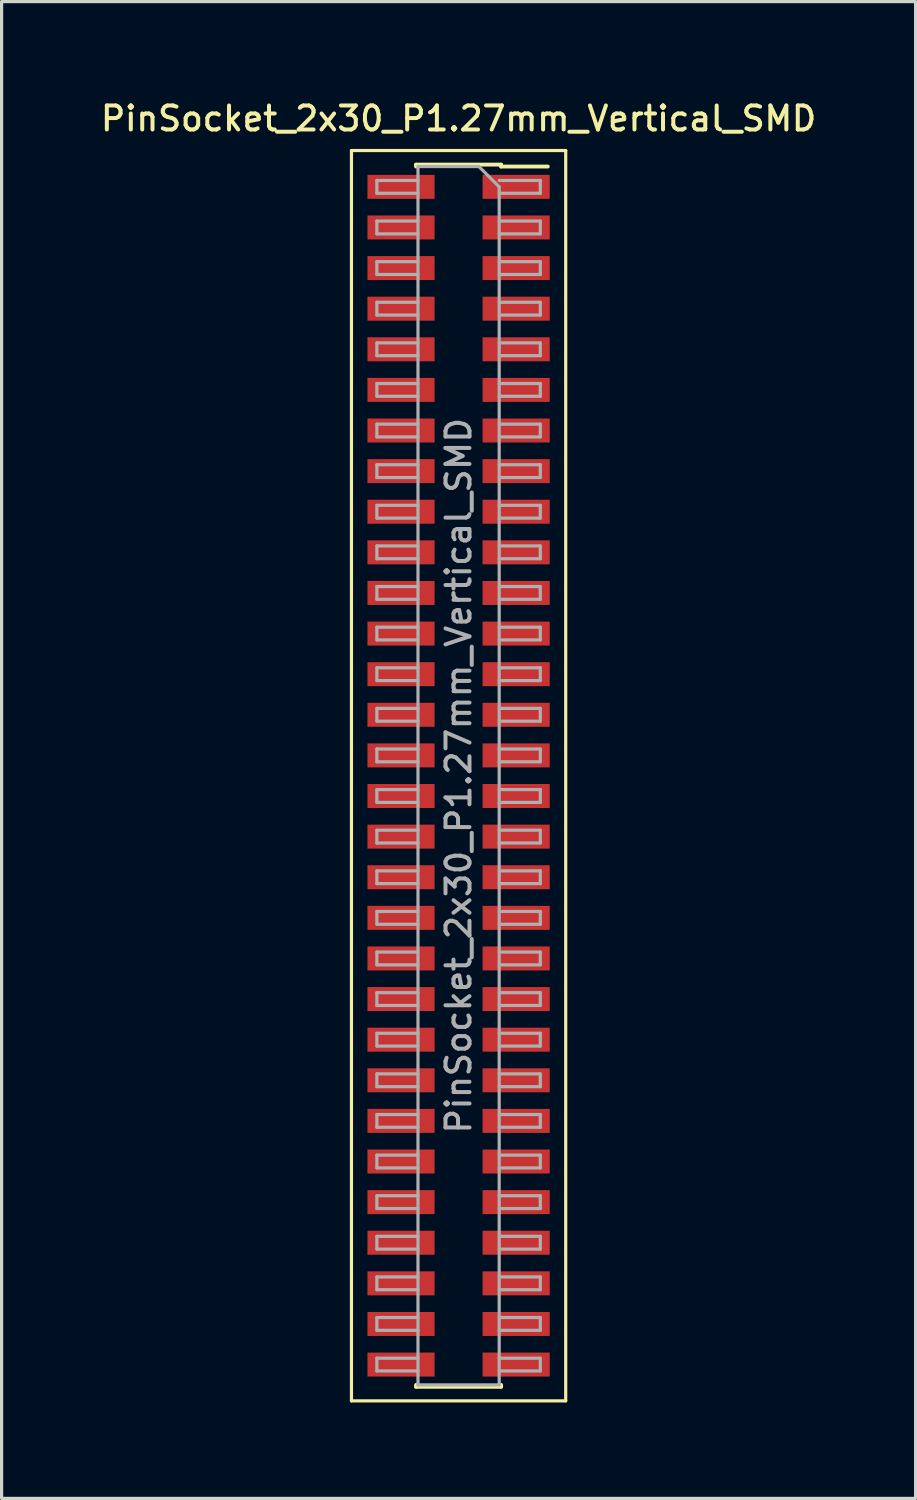
<source format=kicad_pcb>
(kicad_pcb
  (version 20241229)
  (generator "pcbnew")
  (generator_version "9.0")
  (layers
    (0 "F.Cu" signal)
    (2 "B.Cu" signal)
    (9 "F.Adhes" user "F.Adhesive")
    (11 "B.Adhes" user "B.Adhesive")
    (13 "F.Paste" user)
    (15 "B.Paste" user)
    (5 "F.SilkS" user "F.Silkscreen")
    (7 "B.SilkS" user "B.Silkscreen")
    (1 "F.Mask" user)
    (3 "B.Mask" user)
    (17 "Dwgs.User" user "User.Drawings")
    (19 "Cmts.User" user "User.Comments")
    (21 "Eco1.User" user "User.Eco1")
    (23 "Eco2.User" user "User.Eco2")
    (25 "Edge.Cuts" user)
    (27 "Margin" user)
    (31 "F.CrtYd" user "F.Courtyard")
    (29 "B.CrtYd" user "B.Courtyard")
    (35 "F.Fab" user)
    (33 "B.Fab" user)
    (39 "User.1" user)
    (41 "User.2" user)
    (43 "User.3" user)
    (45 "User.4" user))
  (footprint "PinSocket_2x30_P1.27mm_Vertical_SMD"
    (layer "F.Cu")
    (at 11.291 21.208)
    (property "Reference" "PinSocket_2x30_P1.27mm_Vertical_SMD" (at 0 -20.55 0) (layer "F.SilkS") (effects (font (size 0.75 0.75) (thickness 0.125))))
    (attr smd)
    (fp_line (start -3.35 -19.55) (end 3.35 -19.55) (stroke (width 0.1) (type solid)) (layer "F.SilkS"))
    (fp_line (start -3.35 19.55) (end -3.35 -19.55) (stroke (width 0.1) (type solid)) (layer "F.SilkS"))
    (fp_line (start -1.33 -19.11) (end -1.33 -19.05) (stroke (width 0.12) (type solid)) (layer "F.SilkS"))
    (fp_line (start -1.33 -19.11) (end 1.33 -19.11) (stroke (width 0.12) (type solid)) (layer "F.SilkS"))
    (fp_line (start -1.33 19.05) (end -1.33 19.11) (stroke (width 0.12) (type solid)) (layer "F.SilkS"))
    (fp_line (start -1.33 19.11) (end 1.33 19.11) (stroke (width 0.12) (type solid)) (layer "F.SilkS"))
    (fp_line (start 1.33 -19.11) (end 1.33 -19.05) (stroke (width 0.12) (type solid)) (layer "F.SilkS"))
    (fp_line (start 1.33 -19.05) (end 2.79 -19.05) (stroke (width 0.12) (type solid)) (layer "F.SilkS"))
    (fp_line (start 1.33 19.05) (end 1.33 19.11) (stroke (width 0.12) (type solid)) (layer "F.SilkS"))
    (fp_line (start 3.35 -19.55) (end 3.35 19.55) (stroke (width 0.1) (type solid)) (layer "F.SilkS"))
    (fp_line (start 3.35 19.55) (end -3.35 19.55) (stroke (width 0.1) (type solid)) (layer "F.SilkS"))
    (fp_line (start -2.555 -18.615) (end -1.27 -18.615) (stroke (width 0.1) (type solid)) (layer "F.Fab"))
    (fp_line (start -2.555 -18.215) (end -2.555 -18.615) (stroke (width 0.1) (type solid)) (layer "F.Fab"))
    (fp_line (start -2.555 -17.345) (end -1.27 -17.345) (stroke (width 0.1) (type solid)) (layer "F.Fab"))
    (fp_line (start -2.555 -16.945) (end -2.555 -17.345) (stroke (width 0.1) (type solid)) (layer "F.Fab"))
    (fp_line (start -2.555 -16.075) (end -1.27 -16.075) (stroke (width 0.1) (type solid)) (layer "F.Fab"))
    (fp_line (start -2.555 -15.675) (end -2.555 -16.075) (stroke (width 0.1) (type solid)) (layer "F.Fab"))
    (fp_line (start -2.555 -14.805) (end -1.27 -14.805) (stroke (width 0.1) (type solid)) (layer "F.Fab"))
    (fp_line (start -2.555 -14.405) (end -2.555 -14.805) (stroke (width 0.1) (type solid)) (layer "F.Fab"))
    (fp_line (start -2.555 -13.535) (end -1.27 -13.535) (stroke (width 0.1) (type solid)) (layer "F.Fab"))
    (fp_line (start -2.555 -13.135) (end -2.555 -13.535) (stroke (width 0.1) (type solid)) (layer "F.Fab"))
    (fp_line (start -2.555 -12.265) (end -1.27 -12.265) (stroke (width 0.1) (type solid)) (layer "F.Fab"))
    (fp_line (start -2.555 -11.865) (end -2.555 -12.265) (stroke (width 0.1) (type solid)) (layer "F.Fab"))
    (fp_line (start -2.555 -10.995) (end -1.27 -10.995) (stroke (width 0.1) (type solid)) (layer "F.Fab"))
    (fp_line (start -2.555 -10.595) (end -2.555 -10.995) (stroke (width 0.1) (type solid)) (layer "F.Fab"))
    (fp_line (start -2.555 -9.725) (end -1.27 -9.725) (stroke (width 0.1) (type solid)) (layer "F.Fab"))
    (fp_line (start -2.555 -9.325) (end -2.555 -9.725) (stroke (width 0.1) (type solid)) (layer "F.Fab"))
    (fp_line (start -2.555 -8.455) (end -1.27 -8.455) (stroke (width 0.1) (type solid)) (layer "F.Fab"))
    (fp_line (start -2.555 -8.055) (end -2.555 -8.455) (stroke (width 0.1) (type solid)) (layer "F.Fab"))
    (fp_line (start -2.555 -7.185) (end -1.27 -7.185) (stroke (width 0.1) (type solid)) (layer "F.Fab"))
    (fp_line (start -2.555 -6.785) (end -2.555 -7.185) (stroke (width 0.1) (type solid)) (layer "F.Fab"))
    (fp_line (start -2.555 -5.915) (end -1.27 -5.915) (stroke (width 0.1) (type solid)) (layer "F.Fab"))
    (fp_line (start -2.555 -5.515) (end -2.555 -5.915) (stroke (width 0.1) (type solid)) (layer "F.Fab"))
    (fp_line (start -2.555 -4.645) (end -1.27 -4.645) (stroke (width 0.1) (type solid)) (layer "F.Fab"))
    (fp_line (start -2.555 -4.245) (end -2.555 -4.645) (stroke (width 0.1) (type solid)) (layer "F.Fab"))
    (fp_line (start -2.555 -3.375) (end -1.27 -3.375) (stroke (width 0.1) (type solid)) (layer "F.Fab"))
    (fp_line (start -2.555 -2.975) (end -2.555 -3.375) (stroke (width 0.1) (type solid)) (layer "F.Fab"))
    (fp_line (start -2.555 -2.105) (end -1.27 -2.105) (stroke (width 0.1) (type solid)) (layer "F.Fab"))
    (fp_line (start -2.555 -1.705) (end -2.555 -2.105) (stroke (width 0.1) (type solid)) (layer "F.Fab"))
    (fp_line (start -2.555 -0.835) (end -1.27 -0.835) (stroke (width 0.1) (type solid)) (layer "F.Fab"))
    (fp_line (start -2.555 -0.435) (end -2.555 -0.835) (stroke (width 0.1) (type solid)) (layer "F.Fab"))
    (fp_line (start -2.555 0.435) (end -1.27 0.435) (stroke (width 0.1) (type solid)) (layer "F.Fab"))
    (fp_line (start -2.555 0.835) (end -2.555 0.435) (stroke (width 0.1) (type solid)) (layer "F.Fab"))
    (fp_line (start -2.555 1.705) (end -1.27 1.705) (stroke (width 0.1) (type solid)) (layer "F.Fab"))
    (fp_line (start -2.555 2.105) (end -2.555 1.705) (stroke (width 0.1) (type solid)) (layer "F.Fab"))
    (fp_line (start -2.555 2.975) (end -1.27 2.975) (stroke (width 0.1) (type solid)) (layer "F.Fab"))
    (fp_line (start -2.555 3.375) (end -2.555 2.975) (stroke (width 0.1) (type solid)) (layer "F.Fab"))
    (fp_line (start -2.555 4.245) (end -1.27 4.245) (stroke (width 0.1) (type solid)) (layer "F.Fab"))
    (fp_line (start -2.555 4.645) (end -2.555 4.245) (stroke (width 0.1) (type solid)) (layer "F.Fab"))
    (fp_line (start -2.555 5.515) (end -1.27 5.515) (stroke (width 0.1) (type solid)) (layer "F.Fab"))
    (fp_line (start -2.555 5.915) (end -2.555 5.515) (stroke (width 0.1) (type solid)) (layer "F.Fab"))
    (fp_line (start -2.555 6.785) (end -1.27 6.785) (stroke (width 0.1) (type solid)) (layer "F.Fab"))
    (fp_line (start -2.555 7.185) (end -2.555 6.785) (stroke (width 0.1) (type solid)) (layer "F.Fab"))
    (fp_line (start -2.555 8.055) (end -1.27 8.055) (stroke (width 0.1) (type solid)) (layer "F.Fab"))
    (fp_line (start -2.555 8.455) (end -2.555 8.055) (stroke (width 0.1) (type solid)) (layer "F.Fab"))
    (fp_line (start -2.555 9.325) (end -1.27 9.325) (stroke (width 0.1) (type solid)) (layer "F.Fab"))
    (fp_line (start -2.555 9.725) (end -2.555 9.325) (stroke (width 0.1) (type solid)) (layer "F.Fab"))
    (fp_line (start -2.555 10.595) (end -1.27 10.595) (stroke (width 0.1) (type solid)) (layer "F.Fab"))
    (fp_line (start -2.555 10.995) (end -2.555 10.595) (stroke (width 0.1) (type solid)) (layer "F.Fab"))
    (fp_line (start -2.555 11.865) (end -1.27 11.865) (stroke (width 0.1) (type solid)) (layer "F.Fab"))
    (fp_line (start -2.555 12.265) (end -2.555 11.865) (stroke (width 0.1) (type solid)) (layer "F.Fab"))
    (fp_line (start -2.555 13.135) (end -1.27 13.135) (stroke (width 0.1) (type solid)) (layer "F.Fab"))
    (fp_line (start -2.555 13.535) (end -2.555 13.135) (stroke (width 0.1) (type solid)) (layer "F.Fab"))
    (fp_line (start -2.555 14.405) (end -1.27 14.405) (stroke (width 0.1) (type solid)) (layer "F.Fab"))
    (fp_line (start -2.555 14.805) (end -2.555 14.405) (stroke (width 0.1) (type solid)) (layer "F.Fab"))
    (fp_line (start -2.555 15.675) (end -1.27 15.675) (stroke (width 0.1) (type solid)) (layer "F.Fab"))
    (fp_line (start -2.555 16.075) (end -2.555 15.675) (stroke (width 0.1) (type solid)) (layer "F.Fab"))
    (fp_line (start -2.555 16.945) (end -1.27 16.945) (stroke (width 0.1) (type solid)) (layer "F.Fab"))
    (fp_line (start -2.555 17.345) (end -2.555 16.945) (stroke (width 0.1) (type solid)) (layer "F.Fab"))
    (fp_line (start -2.555 18.215) (end -1.27 18.215) (stroke (width 0.1) (type solid)) (layer "F.Fab"))
    (fp_line (start -2.555 18.615) (end -2.555 18.215) (stroke (width 0.1) (type solid)) (layer "F.Fab"))
    (fp_line (start -1.27 -19.05) (end 0.635 -19.05) (stroke (width 0.1) (type solid)) (layer "F.Fab"))
    (fp_line (start -1.27 -18.215) (end -2.555 -18.215) (stroke (width 0.1) (type solid)) (layer "F.Fab"))
    (fp_line (start -1.27 -16.945) (end -2.555 -16.945) (stroke (width 0.1) (type solid)) (layer "F.Fab"))
    (fp_line (start -1.27 -15.675) (end -2.555 -15.675) (stroke (width 0.1) (type solid)) (layer "F.Fab"))
    (fp_line (start -1.27 -14.405) (end -2.555 -14.405) (stroke (width 0.1) (type solid)) (layer "F.Fab"))
    (fp_line (start -1.27 -13.135) (end -2.555 -13.135) (stroke (width 0.1) (type solid)) (layer "F.Fab"))
    (fp_line (start -1.27 -11.865) (end -2.555 -11.865) (stroke (width 0.1) (type solid)) (layer "F.Fab"))
    (fp_line (start -1.27 -10.595) (end -2.555 -10.595) (stroke (width 0.1) (type solid)) (layer "F.Fab"))
    (fp_line (start -1.27 -9.325) (end -2.555 -9.325) (stroke (width 0.1) (type solid)) (layer "F.Fab"))
    (fp_line (start -1.27 -8.055) (end -2.555 -8.055) (stroke (width 0.1) (type solid)) (layer "F.Fab"))
    (fp_line (start -1.27 -6.785) (end -2.555 -6.785) (stroke (width 0.1) (type solid)) (layer "F.Fab"))
    (fp_line (start -1.27 -5.515) (end -2.555 -5.515) (stroke (width 0.1) (type solid)) (layer "F.Fab"))
    (fp_line (start -1.27 -4.245) (end -2.555 -4.245) (stroke (width 0.1) (type solid)) (layer "F.Fab"))
    (fp_line (start -1.27 -2.975) (end -2.555 -2.975) (stroke (width 0.1) (type solid)) (layer "F.Fab"))
    (fp_line (start -1.27 -1.705) (end -2.555 -1.705) (stroke (width 0.1) (type solid)) (layer "F.Fab"))
    (fp_line (start -1.27 -0.435) (end -2.555 -0.435) (stroke (width 0.1) (type solid)) (layer "F.Fab"))
    (fp_line (start -1.27 0.835) (end -2.555 0.835) (stroke (width 0.1) (type solid)) (layer "F.Fab"))
    (fp_line (start -1.27 2.105) (end -2.555 2.105) (stroke (width 0.1) (type solid)) (layer "F.Fab"))
    (fp_line (start -1.27 3.375) (end -2.555 3.375) (stroke (width 0.1) (type solid)) (layer "F.Fab"))
    (fp_line (start -1.27 4.645) (end -2.555 4.645) (stroke (width 0.1) (type solid)) (layer "F.Fab"))
    (fp_line (start -1.27 5.915) (end -2.555 5.915) (stroke (width 0.1) (type solid)) (layer "F.Fab"))
    (fp_line (start -1.27 7.185) (end -2.555 7.185) (stroke (width 0.1) (type solid)) (layer "F.Fab"))
    (fp_line (start -1.27 8.455) (end -2.555 8.455) (stroke (width 0.1) (type solid)) (layer "F.Fab"))
    (fp_line (start -1.27 9.725) (end -2.555 9.725) (stroke (width 0.1) (type solid)) (layer "F.Fab"))
    (fp_line (start -1.27 10.995) (end -2.555 10.995) (stroke (width 0.1) (type solid)) (layer "F.Fab"))
    (fp_line (start -1.27 12.265) (end -2.555 12.265) (stroke (width 0.1) (type solid)) (layer "F.Fab"))
    (fp_line (start -1.27 13.535) (end -2.555 13.535) (stroke (width 0.1) (type solid)) (layer "F.Fab"))
    (fp_line (start -1.27 14.805) (end -2.555 14.805) (stroke (width 0.1) (type solid)) (layer "F.Fab"))
    (fp_line (start -1.27 16.075) (end -2.555 16.075) (stroke (width 0.1) (type solid)) (layer "F.Fab"))
    (fp_line (start -1.27 17.345) (end -2.555 17.345) (stroke (width 0.1) (type solid)) (layer "F.Fab"))
    (fp_line (start -1.27 18.615) (end -2.555 18.615) (stroke (width 0.1) (type solid)) (layer "F.Fab"))
    (fp_line (start -1.27 19.05) (end -1.27 -19.05) (stroke (width 0.1) (type solid)) (layer "F.Fab"))
    (fp_line (start 0.635 -19.05) (end 1.27 -18.415) (stroke (width 0.1) (type solid)) (layer "F.Fab"))
    (fp_line (start 1.27 -18.615) (end 2.555 -18.615) (stroke (width 0.1) (type solid)) (layer "F.Fab"))
    (fp_line (start 1.27 -18.415) (end 1.27 19.05) (stroke (width 0.1) (type solid)) (layer "F.Fab"))
    (fp_line (start 1.27 -17.345) (end 2.555 -17.345) (stroke (width 0.1) (type solid)) (layer "F.Fab"))
    (fp_line (start 1.27 -16.075) (end 2.555 -16.075) (stroke (width 0.1) (type solid)) (layer "F.Fab"))
    (fp_line (start 1.27 -14.805) (end 2.555 -14.805) (stroke (width 0.1) (type solid)) (layer "F.Fab"))
    (fp_line (start 1.27 -13.535) (end 2.555 -13.535) (stroke (width 0.1) (type solid)) (layer "F.Fab"))
    (fp_line (start 1.27 -12.265) (end 2.555 -12.265) (stroke (width 0.1) (type solid)) (layer "F.Fab"))
    (fp_line (start 1.27 -10.995) (end 2.555 -10.995) (stroke (width 0.1) (type solid)) (layer "F.Fab"))
    (fp_line (start 1.27 -9.725) (end 2.555 -9.725) (stroke (width 0.1) (type solid)) (layer "F.Fab"))
    (fp_line (start 1.27 -8.455) (end 2.555 -8.455) (stroke (width 0.1) (type solid)) (layer "F.Fab"))
    (fp_line (start 1.27 -7.185) (end 2.555 -7.185) (stroke (width 0.1) (type solid)) (layer "F.Fab"))
    (fp_line (start 1.27 -5.915) (end 2.555 -5.915) (stroke (width 0.1) (type solid)) (layer "F.Fab"))
    (fp_line (start 1.27 -4.645) (end 2.555 -4.645) (stroke (width 0.1) (type solid)) (layer "F.Fab"))
    (fp_line (start 1.27 -3.375) (end 2.555 -3.375) (stroke (width 0.1) (type solid)) (layer "F.Fab"))
    (fp_line (start 1.27 -2.105) (end 2.555 -2.105) (stroke (width 0.1) (type solid)) (layer "F.Fab"))
    (fp_line (start 1.27 -0.835) (end 2.555 -0.835) (stroke (width 0.1) (type solid)) (layer "F.Fab"))
    (fp_line (start 1.27 0.435) (end 2.555 0.435) (stroke (width 0.1) (type solid)) (layer "F.Fab"))
    (fp_line (start 1.27 1.705) (end 2.555 1.705) (stroke (width 0.1) (type solid)) (layer "F.Fab"))
    (fp_line (start 1.27 2.975) (end 2.555 2.975) (stroke (width 0.1) (type solid)) (layer "F.Fab"))
    (fp_line (start 1.27 4.245) (end 2.555 4.245) (stroke (width 0.1) (type solid)) (layer "F.Fab"))
    (fp_line (start 1.27 5.515) (end 2.555 5.515) (stroke (width 0.1) (type solid)) (layer "F.Fab"))
    (fp_line (start 1.27 6.785) (end 2.555 6.785) (stroke (width 0.1) (type solid)) (layer "F.Fab"))
    (fp_line (start 1.27 8.055) (end 2.555 8.055) (stroke (width 0.1) (type solid)) (layer "F.Fab"))
    (fp_line (start 1.27 9.325) (end 2.555 9.325) (stroke (width 0.1) (type solid)) (layer "F.Fab"))
    (fp_line (start 1.27 10.595) (end 2.555 10.595) (stroke (width 0.1) (type solid)) (layer "F.Fab"))
    (fp_line (start 1.27 11.865) (end 2.555 11.865) (stroke (width 0.1) (type solid)) (layer "F.Fab"))
    (fp_line (start 1.27 13.135) (end 2.555 13.135) (stroke (width 0.1) (type solid)) (layer "F.Fab"))
    (fp_line (start 1.27 14.405) (end 2.555 14.405) (stroke (width 0.1) (type solid)) (layer "F.Fab"))
    (fp_line (start 1.27 15.675) (end 2.555 15.675) (stroke (width 0.1) (type solid)) (layer "F.Fab"))
    (fp_line (start 1.27 16.945) (end 2.555 16.945) (stroke (width 0.1) (type solid)) (layer "F.Fab"))
    (fp_line (start 1.27 18.215) (end 2.555 18.215) (stroke (width 0.1) (type solid)) (layer "F.Fab"))
    (fp_line (start 1.27 19.05) (end -1.27 19.05) (stroke (width 0.1) (type solid)) (layer "F.Fab"))
    (fp_line (start 2.555 -18.615) (end 2.555 -18.215) (stroke (width 0.1) (type solid)) (layer "F.Fab"))
    (fp_line (start 2.555 -18.215) (end 1.27 -18.215) (stroke (width 0.1) (type solid)) (layer "F.Fab"))
    (fp_line (start 2.555 -17.345) (end 2.555 -16.945) (stroke (width 0.1) (type solid)) (layer "F.Fab"))
    (fp_line (start 2.555 -16.945) (end 1.27 -16.945) (stroke (width 0.1) (type solid)) (layer "F.Fab"))
    (fp_line (start 2.555 -16.075) (end 2.555 -15.675) (stroke (width 0.1) (type solid)) (layer "F.Fab"))
    (fp_line (start 2.555 -15.675) (end 1.27 -15.675) (stroke (width 0.1) (type solid)) (layer "F.Fab"))
    (fp_line (start 2.555 -14.805) (end 2.555 -14.405) (stroke (width 0.1) (type solid)) (layer "F.Fab"))
    (fp_line (start 2.555 -14.405) (end 1.27 -14.405) (stroke (width 0.1) (type solid)) (layer "F.Fab"))
    (fp_line (start 2.555 -13.535) (end 2.555 -13.135) (stroke (width 0.1) (type solid)) (layer "F.Fab"))
    (fp_line (start 2.555 -13.135) (end 1.27 -13.135) (stroke (width 0.1) (type solid)) (layer "F.Fab"))
    (fp_line (start 2.555 -12.265) (end 2.555 -11.865) (stroke (width 0.1) (type solid)) (layer "F.Fab"))
    (fp_line (start 2.555 -11.865) (end 1.27 -11.865) (stroke (width 0.1) (type solid)) (layer "F.Fab"))
    (fp_line (start 2.555 -10.995) (end 2.555 -10.595) (stroke (width 0.1) (type solid)) (layer "F.Fab"))
    (fp_line (start 2.555 -10.595) (end 1.27 -10.595) (stroke (width 0.1) (type solid)) (layer "F.Fab"))
    (fp_line (start 2.555 -9.725) (end 2.555 -9.325) (stroke (width 0.1) (type solid)) (layer "F.Fab"))
    (fp_line (start 2.555 -9.325) (end 1.27 -9.325) (stroke (width 0.1) (type solid)) (layer "F.Fab"))
    (fp_line (start 2.555 -8.455) (end 2.555 -8.055) (stroke (width 0.1) (type solid)) (layer "F.Fab"))
    (fp_line (start 2.555 -8.055) (end 1.27 -8.055) (stroke (width 0.1) (type solid)) (layer "F.Fab"))
    (fp_line (start 2.555 -7.185) (end 2.555 -6.785) (stroke (width 0.1) (type solid)) (layer "F.Fab"))
    (fp_line (start 2.555 -6.785) (end 1.27 -6.785) (stroke (width 0.1) (type solid)) (layer "F.Fab"))
    (fp_line (start 2.555 -5.915) (end 2.555 -5.515) (stroke (width 0.1) (type solid)) (layer "F.Fab"))
    (fp_line (start 2.555 -5.515) (end 1.27 -5.515) (stroke (width 0.1) (type solid)) (layer "F.Fab"))
    (fp_line (start 2.555 -4.645) (end 2.555 -4.245) (stroke (width 0.1) (type solid)) (layer "F.Fab"))
    (fp_line (start 2.555 -4.245) (end 1.27 -4.245) (stroke (width 0.1) (type solid)) (layer "F.Fab"))
    (fp_line (start 2.555 -3.375) (end 2.555 -2.975) (stroke (width 0.1) (type solid)) (layer "F.Fab"))
    (fp_line (start 2.555 -2.975) (end 1.27 -2.975) (stroke (width 0.1) (type solid)) (layer "F.Fab"))
    (fp_line (start 2.555 -2.105) (end 2.555 -1.705) (stroke (width 0.1) (type solid)) (layer "F.Fab"))
    (fp_line (start 2.555 -1.705) (end 1.27 -1.705) (stroke (width 0.1) (type solid)) (layer "F.Fab"))
    (fp_line (start 2.555 -0.835) (end 2.555 -0.435) (stroke (width 0.1) (type solid)) (layer "F.Fab"))
    (fp_line (start 2.555 -0.435) (end 1.27 -0.435) (stroke (width 0.1) (type solid)) (layer "F.Fab"))
    (fp_line (start 2.555 0.435) (end 2.555 0.835) (stroke (width 0.1) (type solid)) (layer "F.Fab"))
    (fp_line (start 2.555 0.835) (end 1.27 0.835) (stroke (width 0.1) (type solid)) (layer "F.Fab"))
    (fp_line (start 2.555 1.705) (end 2.555 2.105) (stroke (width 0.1) (type solid)) (layer "F.Fab"))
    (fp_line (start 2.555 2.105) (end 1.27 2.105) (stroke (width 0.1) (type solid)) (layer "F.Fab"))
    (fp_line (start 2.555 2.975) (end 2.555 3.375) (stroke (width 0.1) (type solid)) (layer "F.Fab"))
    (fp_line (start 2.555 3.375) (end 1.27 3.375) (stroke (width 0.1) (type solid)) (layer "F.Fab"))
    (fp_line (start 2.555 4.245) (end 2.555 4.645) (stroke (width 0.1) (type solid)) (layer "F.Fab"))
    (fp_line (start 2.555 4.645) (end 1.27 4.645) (stroke (width 0.1) (type solid)) (layer "F.Fab"))
    (fp_line (start 2.555 5.515) (end 2.555 5.915) (stroke (width 0.1) (type solid)) (layer "F.Fab"))
    (fp_line (start 2.555 5.915) (end 1.27 5.915) (stroke (width 0.1) (type solid)) (layer "F.Fab"))
    (fp_line (start 2.555 6.785) (end 2.555 7.185) (stroke (width 0.1) (type solid)) (layer "F.Fab"))
    (fp_line (start 2.555 7.185) (end 1.27 7.185) (stroke (width 0.1) (type solid)) (layer "F.Fab"))
    (fp_line (start 2.555 8.055) (end 2.555 8.455) (stroke (width 0.1) (type solid)) (layer "F.Fab"))
    (fp_line (start 2.555 8.455) (end 1.27 8.455) (stroke (width 0.1) (type solid)) (layer "F.Fab"))
    (fp_line (start 2.555 9.325) (end 2.555 9.725) (stroke (width 0.1) (type solid)) (layer "F.Fab"))
    (fp_line (start 2.555 9.725) (end 1.27 9.725) (stroke (width 0.1) (type solid)) (layer "F.Fab"))
    (fp_line (start 2.555 10.595) (end 2.555 10.995) (stroke (width 0.1) (type solid)) (layer "F.Fab"))
    (fp_line (start 2.555 10.995) (end 1.27 10.995) (stroke (width 0.1) (type solid)) (layer "F.Fab"))
    (fp_line (start 2.555 11.865) (end 2.555 12.265) (stroke (width 0.1) (type solid)) (layer "F.Fab"))
    (fp_line (start 2.555 12.265) (end 1.27 12.265) (stroke (width 0.1) (type solid)) (layer "F.Fab"))
    (fp_line (start 2.555 13.135) (end 2.555 13.535) (stroke (width 0.1) (type solid)) (layer "F.Fab"))
    (fp_line (start 2.555 13.535) (end 1.27 13.535) (stroke (width 0.1) (type solid)) (layer "F.Fab"))
    (fp_line (start 2.555 14.405) (end 2.555 14.805) (stroke (width 0.1) (type solid)) (layer "F.Fab"))
    (fp_line (start 2.555 14.805) (end 1.27 14.805) (stroke (width 0.1) (type solid)) (layer "F.Fab"))
    (fp_line (start 2.555 15.675) (end 2.555 16.075) (stroke (width 0.1) (type solid)) (layer "F.Fab"))
    (fp_line (start 2.555 16.075) (end 1.27 16.075) (stroke (width 0.1) (type solid)) (layer "F.Fab"))
    (fp_line (start 2.555 16.945) (end 2.555 17.345) (stroke (width 0.1) (type solid)) (layer "F.Fab"))
    (fp_line (start 2.555 17.345) (end 1.27 17.345) (stroke (width 0.1) (type solid)) (layer "F.Fab"))
    (fp_line (start 2.555 18.215) (end 2.555 18.615) (stroke (width 0.1) (type solid)) (layer "F.Fab"))
    (fp_line (start 2.555 18.615) (end 1.27 18.615) (stroke (width 0.1) (type solid)) (layer "F.Fab"))
    (fp_text user "${REFERENCE}" (at 0 0 90) (layer "F.Fab") (effects (font (size 0.75 0.75) (thickness 0.125))))
    (pad "1" smd rect (at 1.8 -18.415) (size 2.1 0.75) (layers "F.Cu" "F.Mask" "F.Paste"))
    (pad "2" smd rect (at -1.8 -18.415) (size 2.1 0.75) (layers "F.Cu" "F.Mask" "F.Paste"))
    (pad "3" smd rect (at 1.8 -17.145) (size 2.1 0.75) (layers "F.Cu" "F.Mask" "F.Paste"))
    (pad "4" smd rect (at -1.8 -17.145) (size 2.1 0.75) (layers "F.Cu" "F.Mask" "F.Paste"))
    (pad "5" smd rect (at 1.8 -15.875) (size 2.1 0.75) (layers "F.Cu" "F.Mask" "F.Paste"))
    (pad "6" smd rect (at -1.8 -15.875) (size 2.1 0.75) (layers "F.Cu" "F.Mask" "F.Paste"))
    (pad "7" smd rect (at 1.8 -14.605) (size 2.1 0.75) (layers "F.Cu" "F.Mask" "F.Paste"))
    (pad "8" smd rect (at -1.8 -14.605) (size 2.1 0.75) (layers "F.Cu" "F.Mask" "F.Paste"))
    (pad "9" smd rect (at 1.8 -13.335) (size 2.1 0.75) (layers "F.Cu" "F.Mask" "F.Paste"))
    (pad "10" smd rect (at -1.8 -13.335) (size 2.1 0.75) (layers "F.Cu" "F.Mask" "F.Paste"))
    (pad "11" smd rect (at 1.8 -12.065) (size 2.1 0.75) (layers "F.Cu" "F.Mask" "F.Paste"))
    (pad "12" smd rect (at -1.8 -12.065) (size 2.1 0.75) (layers "F.Cu" "F.Mask" "F.Paste"))
    (pad "13" smd rect (at 1.8 -10.795) (size 2.1 0.75) (layers "F.Cu" "F.Mask" "F.Paste"))
    (pad "14" smd rect (at -1.8 -10.795) (size 2.1 0.75) (layers "F.Cu" "F.Mask" "F.Paste"))
    (pad "15" smd rect (at 1.8 -9.525) (size 2.1 0.75) (layers "F.Cu" "F.Mask" "F.Paste"))
    (pad "16" smd rect (at -1.8 -9.525) (size 2.1 0.75) (layers "F.Cu" "F.Mask" "F.Paste"))
    (pad "17" smd rect (at 1.8 -8.255) (size 2.1 0.75) (layers "F.Cu" "F.Mask" "F.Paste"))
    (pad "18" smd rect (at -1.8 -8.255) (size 2.1 0.75) (layers "F.Cu" "F.Mask" "F.Paste"))
    (pad "19" smd rect (at 1.8 -6.985) (size 2.1 0.75) (layers "F.Cu" "F.Mask" "F.Paste"))
    (pad "20" smd rect (at -1.8 -6.985) (size 2.1 0.75) (layers "F.Cu" "F.Mask" "F.Paste"))
    (pad "21" smd rect (at 1.8 -5.715) (size 2.1 0.75) (layers "F.Cu" "F.Mask" "F.Paste"))
    (pad "22" smd rect (at -1.8 -5.715) (size 2.1 0.75) (layers "F.Cu" "F.Mask" "F.Paste"))
    (pad "23" smd rect (at 1.8 -4.445) (size 2.1 0.75) (layers "F.Cu" "F.Mask" "F.Paste"))
    (pad "24" smd rect (at -1.8 -4.445) (size 2.1 0.75) (layers "F.Cu" "F.Mask" "F.Paste"))
    (pad "25" smd rect (at 1.8 -3.175) (size 2.1 0.75) (layers "F.Cu" "F.Mask" "F.Paste"))
    (pad "26" smd rect (at -1.8 -3.175) (size 2.1 0.75) (layers "F.Cu" "F.Mask" "F.Paste"))
    (pad "27" smd rect (at 1.8 -1.905) (size 2.1 0.75) (layers "F.Cu" "F.Mask" "F.Paste"))
    (pad "28" smd rect (at -1.8 -1.905) (size 2.1 0.75) (layers "F.Cu" "F.Mask" "F.Paste"))
    (pad "29" smd rect (at 1.8 -0.635) (size 2.1 0.75) (layers "F.Cu" "F.Mask" "F.Paste"))
    (pad "30" smd rect (at -1.8 -0.635) (size 2.1 0.75) (layers "F.Cu" "F.Mask" "F.Paste"))
    (pad "31" smd rect (at 1.8 0.635) (size 2.1 0.75) (layers "F.Cu" "F.Mask" "F.Paste"))
    (pad "32" smd rect (at -1.8 0.635) (size 2.1 0.75) (layers "F.Cu" "F.Mask" "F.Paste"))
    (pad "33" smd rect (at 1.8 1.905) (size 2.1 0.75) (layers "F.Cu" "F.Mask" "F.Paste"))
    (pad "34" smd rect (at -1.8 1.905) (size 2.1 0.75) (layers "F.Cu" "F.Mask" "F.Paste"))
    (pad "35" smd rect (at 1.8 3.175) (size 2.1 0.75) (layers "F.Cu" "F.Mask" "F.Paste"))
    (pad "36" smd rect (at -1.8 3.175) (size 2.1 0.75) (layers "F.Cu" "F.Mask" "F.Paste"))
    (pad "37" smd rect (at 1.8 4.445) (size 2.1 0.75) (layers "F.Cu" "F.Mask" "F.Paste"))
    (pad "38" smd rect (at -1.8 4.445) (size 2.1 0.75) (layers "F.Cu" "F.Mask" "F.Paste"))
    (pad "39" smd rect (at 1.8 5.715) (size 2.1 0.75) (layers "F.Cu" "F.Mask" "F.Paste"))
    (pad "40" smd rect (at -1.8 5.715) (size 2.1 0.75) (layers "F.Cu" "F.Mask" "F.Paste"))
    (pad "41" smd rect (at 1.8 6.985) (size 2.1 0.75) (layers "F.Cu" "F.Mask" "F.Paste"))
    (pad "42" smd rect (at -1.8 6.985) (size 2.1 0.75) (layers "F.Cu" "F.Mask" "F.Paste"))
    (pad "43" smd rect (at 1.8 8.255) (size 2.1 0.75) (layers "F.Cu" "F.Mask" "F.Paste"))
    (pad "44" smd rect (at -1.8 8.255) (size 2.1 0.75) (layers "F.Cu" "F.Mask" "F.Paste"))
    (pad "45" smd rect (at 1.8 9.525) (size 2.1 0.75) (layers "F.Cu" "F.Mask" "F.Paste"))
    (pad "46" smd rect (at -1.8 9.525) (size 2.1 0.75) (layers "F.Cu" "F.Mask" "F.Paste"))
    (pad "47" smd rect (at 1.8 10.795) (size 2.1 0.75) (layers "F.Cu" "F.Mask" "F.Paste"))
    (pad "48" smd rect (at -1.8 10.795) (size 2.1 0.75) (layers "F.Cu" "F.Mask" "F.Paste"))
    (pad "49" smd rect (at 1.8 12.065) (size 2.1 0.75) (layers "F.Cu" "F.Mask" "F.Paste"))
    (pad "50" smd rect (at -1.8 12.065) (size 2.1 0.75) (layers "F.Cu" "F.Mask" "F.Paste"))
    (pad "51" smd rect (at 1.8 13.335) (size 2.1 0.75) (layers "F.Cu" "F.Mask" "F.Paste"))
    (pad "52" smd rect (at -1.8 13.335) (size 2.1 0.75) (layers "F.Cu" "F.Mask" "F.Paste"))
    (pad "53" smd rect (at 1.8 14.605) (size 2.1 0.75) (layers "F.Cu" "F.Mask" "F.Paste"))
    (pad "54" smd rect (at -1.8 14.605) (size 2.1 0.75) (layers "F.Cu" "F.Mask" "F.Paste"))
    (pad "55" smd rect (at 1.8 15.875) (size 2.1 0.75) (layers "F.Cu" "F.Mask" "F.Paste"))
    (pad "56" smd rect (at -1.8 15.875) (size 2.1 0.75) (layers "F.Cu" "F.Mask" "F.Paste"))
    (pad "57" smd rect (at 1.8 17.145) (size 2.1 0.75) (layers "F.Cu" "F.Mask" "F.Paste"))
    (pad "58" smd rect (at -1.8 17.145) (size 2.1 0.75) (layers "F.Cu" "F.Mask" "F.Paste"))
    (pad "59" smd rect (at 1.8 18.415) (size 2.1 0.75) (layers "F.Cu" "F.Mask" "F.Paste"))
    (pad "60" smd rect (at -1.8 18.415) (size 2.1 0.75) (layers "F.Cu" "F.Mask" "F.Paste")))
  (gr_rect
    (start -3 -3)
    (end 25.582 43.808)
    (stroke (width 0.1) (type default))
    (fill no)
    (layer "Edge.Cuts")))
</source>
